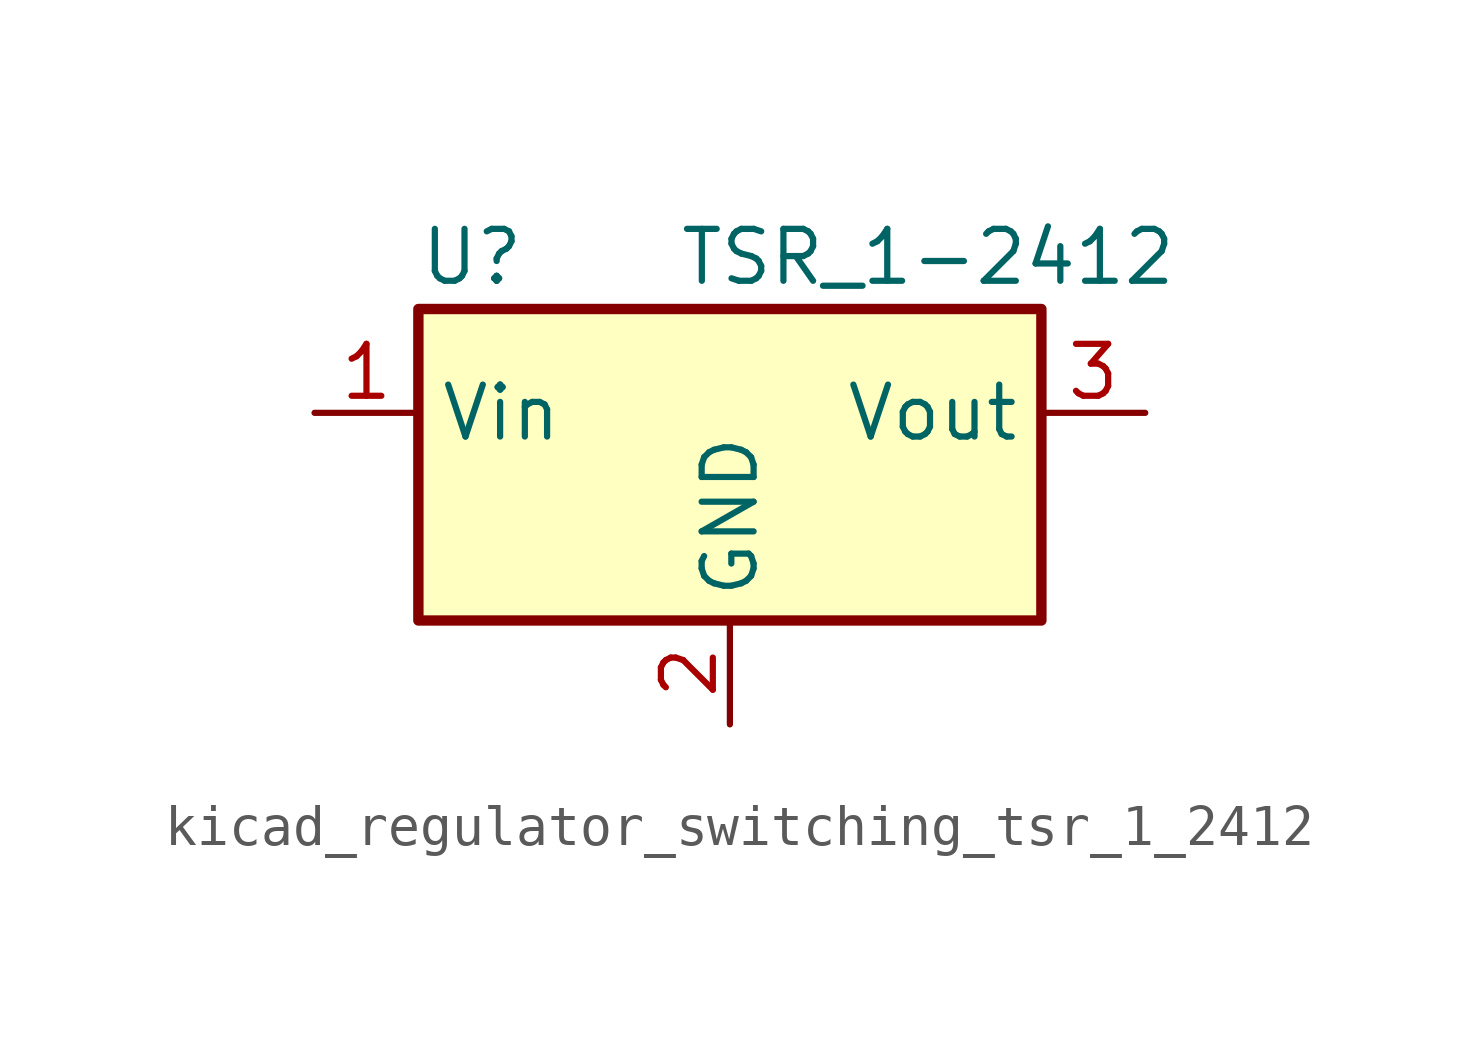
<source format=kicad_sym>
(kicad_symbol_lib
  (version 20220914)
  (generator kicad_symbol_editor)
  (symbol "kicad_regulator_switching_tsr_1_2412"
    (property "Reference" "U"
      (at -7.62 6.35 0)
      (effects (font (size 1.27 1.27)) (justify left)))
    (property "Value" "TSR_1-2412"
      (at -1.27 6.35 0)
      (effects (font (size 1.27 1.27)) (justify left)))
    (symbol "kicad_regulator_switching_tsr_1_2412_0_1"
      (rectangle (start -7.62 5.08) (end 7.62 -2.54) (stroke (width 0.254) (type default)) (fill (type background))))
    (symbol "kicad_regulator_switching_tsr_1_2412_1_1"
      (pin power_in line (at -10.16 2.54 0) (length 2.54) (name "Vin" (effects (font (size 1.27 1.27)))) (number "1" (effects (font (size 1.27 1.27)))))
      (pin power_in line (at 0 -5.08 90) (length 2.54) (name "GND" (effects (font (size 1.27 1.27)))) (number "2" (effects (font (size 1.27 1.27)))))
      (pin power_out line (at 10.16 2.54 180) (length 2.54) (name "Vout" (effects (font (size 1.27 1.27)))) (number "3" (effects (font (size 1.27 1.27))))))))
</source>
